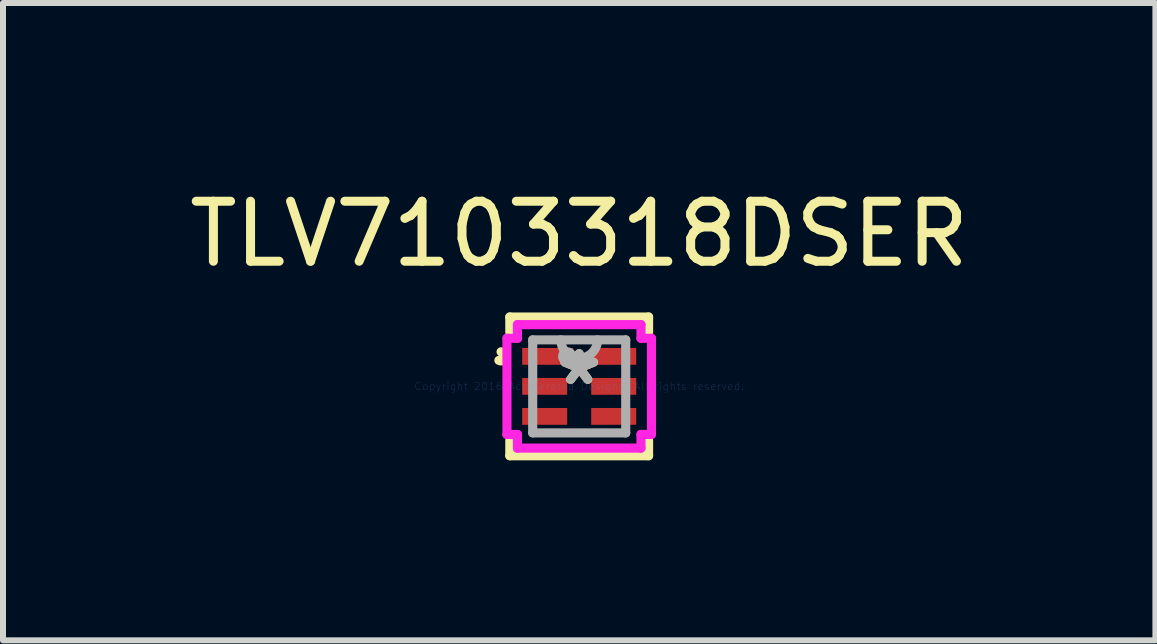
<source format=kicad_pcb>
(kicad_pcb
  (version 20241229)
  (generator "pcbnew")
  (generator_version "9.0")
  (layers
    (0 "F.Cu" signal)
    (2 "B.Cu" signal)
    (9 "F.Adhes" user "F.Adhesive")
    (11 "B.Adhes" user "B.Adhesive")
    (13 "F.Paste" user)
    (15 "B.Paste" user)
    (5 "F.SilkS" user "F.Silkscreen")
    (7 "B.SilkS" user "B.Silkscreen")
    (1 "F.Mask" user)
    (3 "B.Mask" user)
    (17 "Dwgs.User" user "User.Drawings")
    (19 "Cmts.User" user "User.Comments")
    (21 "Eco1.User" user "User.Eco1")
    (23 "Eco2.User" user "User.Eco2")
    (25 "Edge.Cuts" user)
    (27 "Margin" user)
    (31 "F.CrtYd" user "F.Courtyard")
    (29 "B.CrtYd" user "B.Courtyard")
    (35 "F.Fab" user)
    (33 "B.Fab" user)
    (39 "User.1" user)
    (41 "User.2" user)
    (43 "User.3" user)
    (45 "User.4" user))
  (footprint "TLV7103318DSER"
    (layer "F.Cu")
    (at 6.601 3.388)
    (property "Reference" "TLV7103318DSER" (at 0 -2.54 0) (layer "F.SilkS") (effects (font (size 1 1) (thickness 0.15))))
    (attr through_hole)
    (fp_line (start -1.02 -0.71) (end -1.02 -0.29) (stroke (width 0.152) (type solid)) (layer "F.Mask"))
    (fp_line (start -1.02 -0.29) (end -0.13 -0.29) (stroke (width 0.152) (type solid)) (layer "F.Mask"))
    (fp_line (start -1.02 -0.21) (end -1.02 0.21) (stroke (width 0.152) (type solid)) (layer "F.Mask"))
    (fp_line (start -1.02 0.21) (end -0.13 0.21) (stroke (width 0.152) (type solid)) (layer "F.Mask"))
    (fp_line (start -1.02 0.29) (end -1.02 0.71) (stroke (width 0.152) (type solid)) (layer "F.Mask"))
    (fp_line (start -1.02 0.71) (end -0.13 0.71) (stroke (width 0.152) (type solid)) (layer "F.Mask"))
    (fp_line (start -0.13 -0.71) (end -1.02 -0.71) (stroke (width 0.152) (type solid)) (layer "F.Mask"))
    (fp_line (start -0.13 -0.29) (end -0.13 -0.71) (stroke (width 0.152) (type solid)) (layer "F.Mask"))
    (fp_line (start -0.13 -0.21) (end -1.02 -0.21) (stroke (width 0.152) (type solid)) (layer "F.Mask"))
    (fp_line (start -0.13 0.21) (end -0.13 -0.21) (stroke (width 0.152) (type solid)) (layer "F.Mask"))
    (fp_line (start -0.13 0.29) (end -1.02 0.29) (stroke (width 0.152) (type solid)) (layer "F.Mask"))
    (fp_line (start -0.13 0.71) (end -0.13 0.29) (stroke (width 0.152) (type solid)) (layer "F.Mask"))
    (fp_line (start 0.13 -0.71) (end 0.13 -0.29) (stroke (width 0.152) (type solid)) (layer "F.Mask"))
    (fp_line (start 0.13 -0.29) (end 1.02 -0.29) (stroke (width 0.152) (type solid)) (layer "F.Mask"))
    (fp_line (start 0.13 -0.21) (end 0.13 0.21) (stroke (width 0.152) (type solid)) (layer "F.Mask"))
    (fp_line (start 0.13 0.21) (end 1.02 0.21) (stroke (width 0.152) (type solid)) (layer "F.Mask"))
    (fp_line (start 0.13 0.29) (end 0.13 0.71) (stroke (width 0.152) (type solid)) (layer "F.Mask"))
    (fp_line (start 0.13 0.71) (end 1.02 0.71) (stroke (width 0.152) (type solid)) (layer "F.Mask"))
    (fp_line (start 1.02 -0.71) (end 0.13 -0.71) (stroke (width 0.152) (type solid)) (layer "F.Mask"))
    (fp_line (start 1.02 -0.29) (end 1.02 -0.71) (stroke (width 0.152) (type solid)) (layer "F.Mask"))
    (fp_line (start 1.02 -0.21) (end 0.13 -0.21) (stroke (width 0.152) (type solid)) (layer "F.Mask"))
    (fp_line (start 1.02 0.21) (end 1.02 -0.21) (stroke (width 0.152) (type solid)) (layer "F.Mask"))
    (fp_line (start 1.02 0.29) (end 0.13 0.29) (stroke (width 0.152) (type solid)) (layer "F.Mask"))
    (fp_line (start 1.02 0.71) (end 1.02 0.29) (stroke (width 0.152) (type solid)) (layer "F.Mask"))
    (fp_line (start -1.156 -1.156) (end -1.156 -0.901) (stroke (width 0.152) (type solid)) (layer "F.SilkS"))
    (fp_line (start -1.156 0.901) (end -1.156 1.156) (stroke (width 0.152) (type solid)) (layer "F.SilkS"))
    (fp_line (start -1.156 1.156) (end 1.156 1.156) (stroke (width 0.152) (type solid)) (layer "F.SilkS"))
    (fp_line (start 1.156 -1.156) (end -1.156 -1.156) (stroke (width 0.152) (type solid)) (layer "F.SilkS"))
    (fp_line (start 1.156 -0.901) (end 1.156 -1.156) (stroke (width 0.152) (type solid)) (layer "F.SilkS"))
    (fp_line (start 1.156 1.156) (end 1.156 0.901) (stroke (width 0.152) (type solid)) (layer "F.SilkS"))
    (fp_arc (start -1.3016 -0.5762) (mid -1.227771 -0.48114) (end -1.338146 -0.433136) (stroke (width 0.1524) (type solid)) (layer "F.SilkS"))
    (fp_line (start -0.925 -0.615) (end -0.925 -0.385) (stroke (width 0.152) (type solid)) (layer "F.Paste"))
    (fp_line (start -0.925 -0.385) (end -0.225 -0.385) (stroke (width 0.152) (type solid)) (layer "F.Paste"))
    (fp_line (start -0.925 -0.115) (end -0.925 0.115) (stroke (width 0.152) (type solid)) (layer "F.Paste"))
    (fp_line (start -0.925 0.115) (end -0.225 0.115) (stroke (width 0.152) (type solid)) (layer "F.Paste"))
    (fp_line (start -0.925 0.385) (end -0.925 0.615) (stroke (width 0.152) (type solid)) (layer "F.Paste"))
    (fp_line (start -0.925 0.615) (end -0.225 0.615) (stroke (width 0.152) (type solid)) (layer "F.Paste"))
    (fp_line (start -0.225 -0.615) (end -0.925 -0.615) (stroke (width 0.152) (type solid)) (layer "F.Paste"))
    (fp_line (start -0.225 -0.385) (end -0.225 -0.615) (stroke (width 0.152) (type solid)) (layer "F.Paste"))
    (fp_line (start -0.225 -0.115) (end -0.925 -0.115) (stroke (width 0.152) (type solid)) (layer "F.Paste"))
    (fp_line (start -0.225 0.115) (end -0.225 -0.115) (stroke (width 0.152) (type solid)) (layer "F.Paste"))
    (fp_line (start -0.225 0.385) (end -0.925 0.385) (stroke (width 0.152) (type solid)) (layer "F.Paste"))
    (fp_line (start -0.225 0.615) (end -0.225 0.385) (stroke (width 0.152) (type solid)) (layer "F.Paste"))
    (fp_line (start 0.225 -0.615) (end 0.225 -0.385) (stroke (width 0.152) (type solid)) (layer "F.Paste"))
    (fp_line (start 0.225 -0.385) (end 0.925 -0.385) (stroke (width 0.152) (type solid)) (layer "F.Paste"))
    (fp_line (start 0.225 -0.115) (end 0.225 0.115) (stroke (width 0.152) (type solid)) (layer "F.Paste"))
    (fp_line (start 0.225 0.115) (end 0.925 0.115) (stroke (width 0.152) (type solid)) (layer "F.Paste"))
    (fp_line (start 0.225 0.385) (end 0.225 0.615) (stroke (width 0.152) (type solid)) (layer "F.Paste"))
    (fp_line (start 0.225 0.615) (end 0.925 0.615) (stroke (width 0.152) (type solid)) (layer "F.Paste"))
    (fp_line (start 0.925 -0.615) (end 0.225 -0.615) (stroke (width 0.152) (type solid)) (layer "F.Paste"))
    (fp_line (start 0.925 -0.385) (end 0.925 -0.615) (stroke (width 0.152) (type solid)) (layer "F.Paste"))
    (fp_line (start 0.925 -0.115) (end 0.225 -0.115) (stroke (width 0.152) (type solid)) (layer "F.Paste"))
    (fp_line (start 0.925 0.115) (end 0.925 -0.115) (stroke (width 0.152) (type solid)) (layer "F.Paste"))
    (fp_line (start 0.925 0.385) (end 0.225 0.385) (stroke (width 0.152) (type solid)) (layer "F.Paste"))
    (fp_line (start 0.925 0.615) (end 0.925 0.385) (stroke (width 0.152) (type solid)) (layer "F.Paste"))
    (fp_line (start -1.204 -0.801) (end -1.029 -0.801) (stroke (width 0.152) (type solid)) (layer "F.CrtYd"))
    (fp_line (start -1.204 0.801) (end -1.204 -0.801) (stroke (width 0.152) (type solid)) (layer "F.CrtYd"))
    (fp_line (start -1.029 -1.029) (end 1.029 -1.029) (stroke (width 0.152) (type solid)) (layer "F.CrtYd"))
    (fp_line (start -1.029 -0.801) (end -1.029 -1.029) (stroke (width 0.152) (type solid)) (layer "F.CrtYd"))
    (fp_line (start -1.029 0.801) (end -1.204 0.801) (stroke (width 0.152) (type solid)) (layer "F.CrtYd"))
    (fp_line (start -1.029 1.029) (end -1.029 0.801) (stroke (width 0.152) (type solid)) (layer "F.CrtYd"))
    (fp_line (start 1.029 -1.029) (end 1.029 -0.801) (stroke (width 0.152) (type solid)) (layer "F.CrtYd"))
    (fp_line (start 1.029 -0.801) (end 1.204 -0.801) (stroke (width 0.152) (type solid)) (layer "F.CrtYd"))
    (fp_line (start 1.029 0.801) (end 1.029 1.029) (stroke (width 0.152) (type solid)) (layer "F.CrtYd"))
    (fp_line (start 1.029 1.029) (end -1.029 1.029) (stroke (width 0.152) (type solid)) (layer "F.CrtYd"))
    (fp_line (start 1.204 -0.801) (end 1.204 0.801) (stroke (width 0.152) (type solid)) (layer "F.CrtYd"))
    (fp_line (start 1.204 0.801) (end 1.029 0.801) (stroke (width 0.152) (type solid)) (layer "F.CrtYd"))
    (fp_line (start -0.775 -0.775) (end -0.775 0.775) (stroke (width 0.152) (type solid)) (layer "F.Fab"))
    (fp_line (start -0.775 0.775) (end 0.775 0.775) (stroke (width 0.152) (type solid)) (layer "F.Fab"))
    (fp_line (start 0.775 -0.775) (end -0.775 -0.775) (stroke (width 0.152) (type solid)) (layer "F.Fab"))
    (fp_line (start 0.775 0.775) (end 0.775 -0.775) (stroke (width 0.152) (type solid)) (layer "F.Fab"))
    (fp_arc (start 0.3048 -0.775) (mid 0 -0.4702) (end -0.3048 -0.775) (stroke (width 0.1524) (type solid)) (layer "F.Fab"))
    (fp_circle (center -0.2 -0.5) (end -0.124 -0.5) (stroke (width 0.152) (type solid)) (fill no) (layer "F.Fab"))
    (fp_text user "*" (at 0 0 0) (layer "F.SilkS") (effects (font (size 1 1) (thickness 0.15))))
    (fp_text user "Copyright 2016 Accelerated Designs. All rights reserved." (at 0 0 0) (layer "Cmts.User") (effects (font (size 0.127 0.127) (thickness 0.002))))
    (fp_text user "*" (at 0 0 0) (layer "F.Fab") (effects (font (size 1 1) (thickness 0.15))))
    (pad "1" smd rect (at -0.525 -0.5) (size 0.85 0.28) (layers "F.Cu" "F.Mask" "F.Paste"))
    (pad "2" smd rect (at -0.575 0) (size 0.75 0.28) (layers "F.Cu" "F.Mask" "F.Paste"))
    (pad "3" smd rect (at -0.575 0.5) (size 0.75 0.28) (layers "F.Cu" "F.Mask" "F.Paste"))
    (pad "4" smd rect (at 0.575 0.5) (size 0.75 0.28) (layers "F.Cu" "F.Mask" "F.Paste"))
    (pad "5" smd rect (at 0.575 0) (size 0.75 0.28) (layers "F.Cu" "F.Mask" "F.Paste"))
    (pad "6" smd rect (at 0.575 -0.5) (size 0.75 0.28) (layers "F.Cu" "F.Mask" "F.Paste")))
  (gr_rect
    (start -3 -3)
    (end 16.202 7.62)
    (stroke (width 0.1) (type default))
    (fill no)
    (layer "Edge.Cuts")))
</source>
